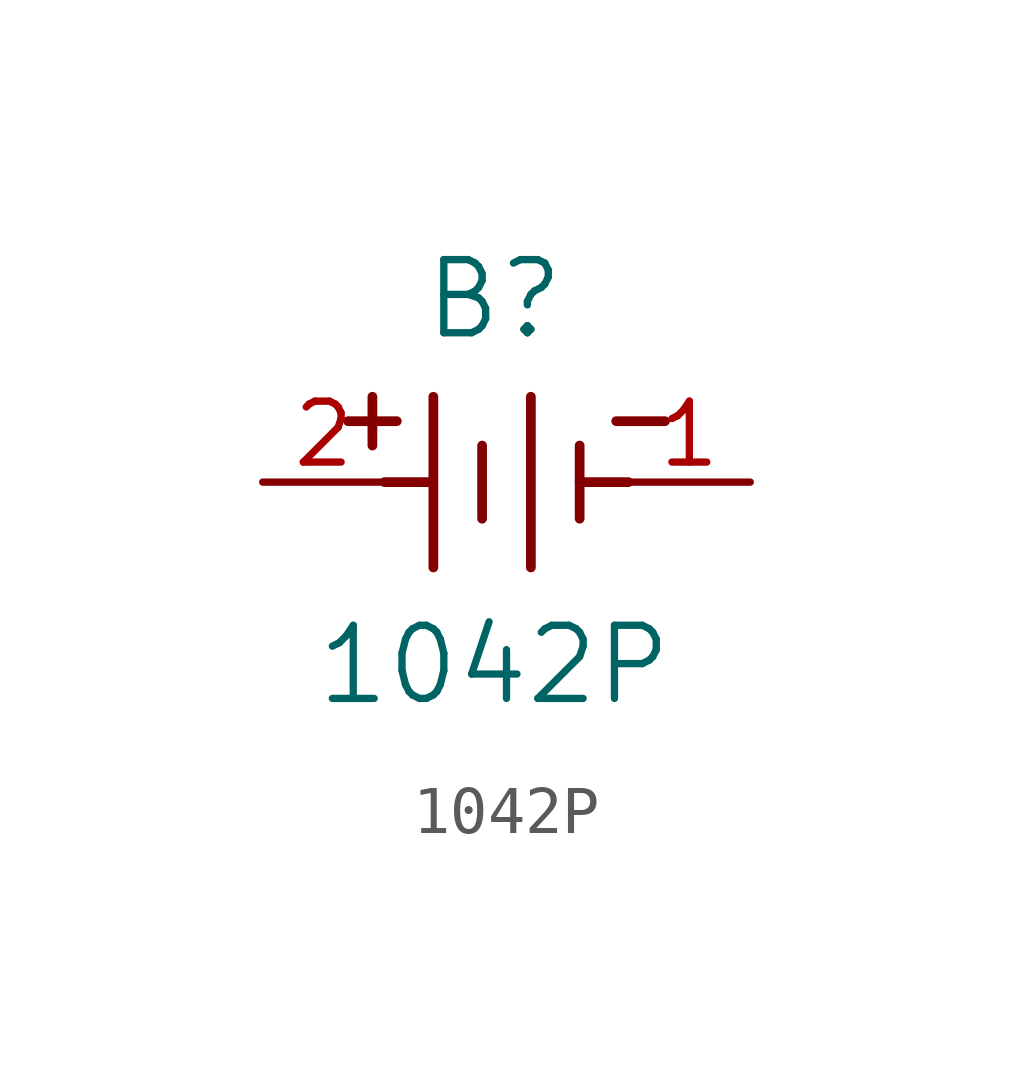
<source format=kicad_sym>
(kicad_symbol_lib
  (version 20211014)
  (generator kicad_symbol_editor)
  (symbol "1042P"
    (pin_names
      (offset 0.254))
    (property "Reference" "B"
      (at 4.826 3.81 0)
      (effects (font (size 1.524 1.524))))
    (property "Value" "1042P"
      (at 4.826 -3.81 0)
      (effects (font (size 1.524 1.524))))
    (polyline
      (pts (xy 2.286 0.762) (xy 2.286 1.778))
      (stroke (width 0.203) (type default) (color 0 0 0 0))
      (fill (type none)))
    (polyline
      (pts (xy 6.604 0) (xy 7.62 0))
      (stroke (width 0.203) (type default) (color 0 0 0 0))
      (fill (type none)))
    (polyline
      (pts (xy 3.556 -1.778) (xy 3.556 1.778))
      (stroke (width 0.203) (type default) (color 0 0 0 0))
      (fill (type none)))
    (polyline
      (pts (xy 1.778 1.27) (xy 2.794 1.27))
      (stroke (width 0.203) (type default) (color 0 0 0 0))
      (fill (type none)))
    (polyline
      (pts (xy 2.54 0) (xy 3.48 0))
      (stroke (width 0.203) (type default) (color 0 0 0 0))
      (fill (type none)))
    (polyline
      (pts (xy 5.588 -1.778) (xy 5.588 1.778))
      (stroke (width 0.203) (type default) (color 0 0 0 0))
      (fill (type none)))
    (polyline
      (pts (xy 6.604 0.762) (xy 6.604 -0.762))
      (stroke (width 0.203) (type default) (color 0 0 0 0))
      (fill (type none)))
    (polyline
      (pts (xy 4.572 0.762) (xy 4.572 -0.762))
      (stroke (width 0.203) (type default) (color 0 0 0 0))
      (fill (type none)))
    (polyline
      (pts (xy 7.366 1.27) (xy 8.382 1.27))
      (stroke (width 0.203) (type default) (color 0 0 0 0))
      (fill (type none)))
    (pin unspecified line
      (at 10.16 0 180)
      (length 2.54)
      (name "" (effects (font (size 1.27 1.27))))
      (number "1" (effects (font (size 1.27 1.27)))))
    (pin unspecified line
      (at 0 0 0)
      (length 2.54)
      (name "" (effects (font (size 1.27 1.27))))
      (number "2" (effects (font (size 1.27 1.27)))))))
</source>
